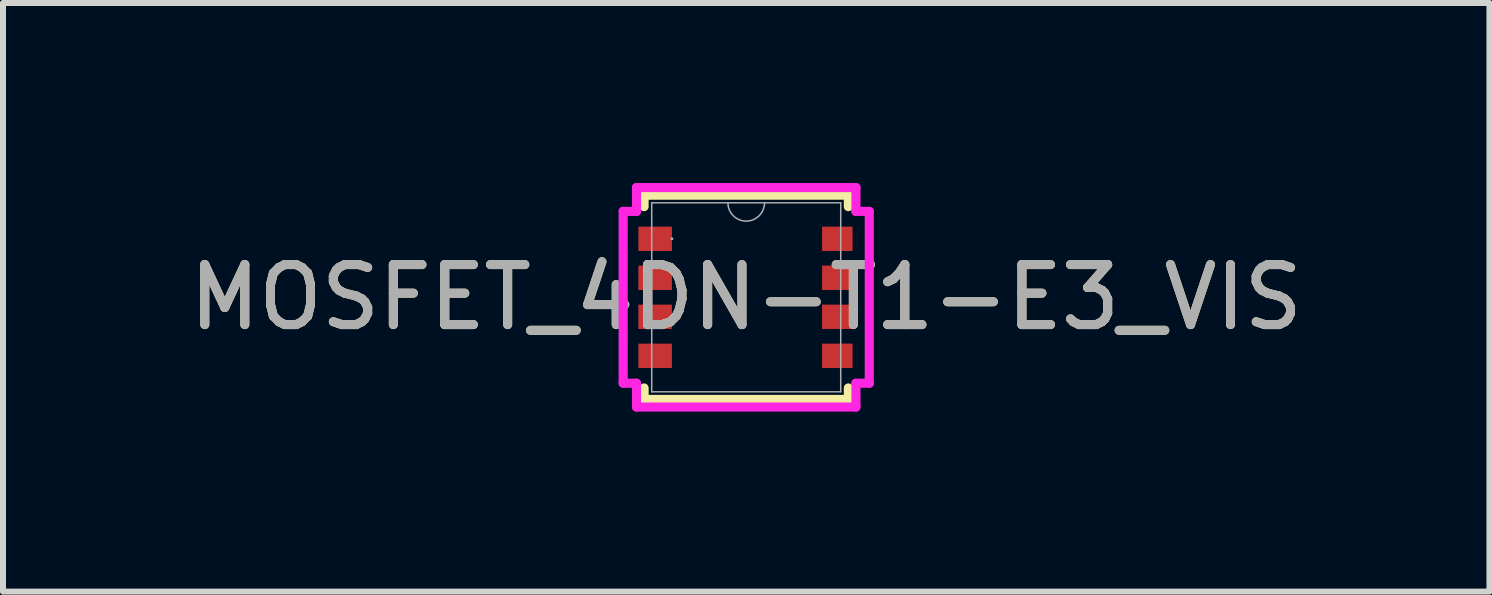
<source format=kicad_pcb>
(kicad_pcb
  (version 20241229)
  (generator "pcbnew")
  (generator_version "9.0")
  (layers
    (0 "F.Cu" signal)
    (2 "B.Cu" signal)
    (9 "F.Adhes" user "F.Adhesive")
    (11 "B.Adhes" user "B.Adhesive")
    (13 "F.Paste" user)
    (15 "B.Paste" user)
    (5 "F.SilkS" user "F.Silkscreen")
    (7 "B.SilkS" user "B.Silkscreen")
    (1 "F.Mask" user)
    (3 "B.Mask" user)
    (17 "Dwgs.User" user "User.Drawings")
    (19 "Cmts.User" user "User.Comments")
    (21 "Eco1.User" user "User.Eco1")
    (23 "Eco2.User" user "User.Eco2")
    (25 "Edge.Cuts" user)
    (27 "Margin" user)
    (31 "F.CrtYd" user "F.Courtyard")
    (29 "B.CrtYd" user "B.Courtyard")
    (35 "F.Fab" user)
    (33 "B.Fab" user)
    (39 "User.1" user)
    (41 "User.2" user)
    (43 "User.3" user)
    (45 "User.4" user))
  (footprint "MOSFET_4DN-T1-E3_VIS"
    (layer "F.Cu")
    (at 9.387 1.905)
    (property "Reference" "MOSFET_4DN-T1-E3_VIS" (at 0 0 0) (unlocked yes) (layer "F.SilkS") (effects (font (size 1 1) (thickness 0.15))))
    (attr smd)
    (fp_poly (pts (xy -0.464 -1.118) (xy 1.263 -1.118) (xy 1.264 -1.178) (xy 1.772 -1.178) (xy 1.772 -0.772) (xy 1.264 -0.772) (xy 1.264 -0.528) (xy 1.772 -0.528) (xy 1.772 -0.122) (xy 1.264 -0.122) (xy 1.264 0.122) (xy 1.772 0.122) (xy 1.772 0.528) (xy 1.264 0.528) (xy 1.264 0.772) (xy 1.772 0.772) (xy 1.772 1.178) (xy 1.264 1.178) (xy 1.263 1.118) (xy -0.464 1.118)) (stroke (width 0) (type solid)) (fill yes) (layer "F.Mask"))
    (fp_line (start -1.702 -1.702) (end -1.702 -1.511) (stroke (width 0.152) (type solid)) (layer "F.SilkS"))
    (fp_line (start -1.702 1.511) (end -1.702 1.702) (stroke (width 0.152) (type solid)) (layer "F.SilkS"))
    (fp_line (start -1.702 1.702) (end 1.702 1.702) (stroke (width 0.152) (type solid)) (layer "F.SilkS"))
    (fp_line (start 1.702 -1.702) (end -1.702 -1.702) (stroke (width 0.152) (type solid)) (layer "F.SilkS"))
    (fp_line (start 1.702 -1.511) (end 1.702 -1.702) (stroke (width 0.152) (type solid)) (layer "F.SilkS"))
    (fp_line (start 1.702 1.702) (end 1.702 1.511) (stroke (width 0.152) (type solid)) (layer "F.SilkS"))
    (fp_poly (pts (xy 1.772 1.178) (xy 1.264 1.178) (xy 1.263 1.118) (xy -0.464 1.118) (xy -0.464 -1.118) (xy 1.263 -1.118) (xy 1.264 -1.178) (xy 1.772 -1.178) (xy 1.772 -0.772) (xy 1.264 -0.772) (xy 1.264 -0.528) (xy 1.772 -0.528) (xy 1.772 -0.122) (xy 1.264 -0.122) (xy 1.264 0.122) (xy 1.772 0.122) (xy 1.772 0.528) (xy 1.264 0.528) (xy 1.264 0.772) (xy 1.772 0.772)) (stroke (width 0) (type solid)) (fill yes) (layer "F.Paste"))
    (fp_line (start -2.051 -1.432) (end -1.829 -1.432) (stroke (width 0.152) (type solid)) (layer "F.CrtYd"))
    (fp_line (start -2.051 1.432) (end -2.051 -1.432) (stroke (width 0.152) (type solid)) (layer "F.CrtYd"))
    (fp_line (start -2.051 1.432) (end -1.829 1.432) (stroke (width 0.152) (type solid)) (layer "F.CrtYd"))
    (fp_line (start -1.829 -1.829) (end 1.829 -1.829) (stroke (width 0.152) (type solid)) (layer "F.CrtYd"))
    (fp_line (start -1.829 -1.432) (end -1.829 -1.829) (stroke (width 0.152) (type solid)) (layer "F.CrtYd"))
    (fp_line (start -1.829 1.829) (end -1.829 1.432) (stroke (width 0.152) (type solid)) (layer "F.CrtYd"))
    (fp_line (start 1.829 -1.829) (end 1.829 -1.432) (stroke (width 0.152) (type solid)) (layer "F.CrtYd"))
    (fp_line (start 1.829 1.432) (end 1.829 1.829) (stroke (width 0.152) (type solid)) (layer "F.CrtYd"))
    (fp_line (start 1.829 1.829) (end -1.829 1.829) (stroke (width 0.152) (type solid)) (layer "F.CrtYd"))
    (fp_line (start 2.051 -1.432) (end 1.829 -1.432) (stroke (width 0.152) (type solid)) (layer "F.CrtYd"))
    (fp_line (start 2.051 -1.432) (end 2.051 1.432) (stroke (width 0.152) (type solid)) (layer "F.CrtYd"))
    (fp_line (start 2.051 1.432) (end 1.829 1.432) (stroke (width 0.152) (type solid)) (layer "F.CrtYd"))
    (fp_line (start -1.575 -1.575) (end -1.575 1.575) (stroke (width 0.025) (type solid)) (layer "F.Fab"))
    (fp_line (start -1.575 1.575) (end 1.575 1.575) (stroke (width 0.025) (type solid)) (layer "F.Fab"))
    (fp_line (start 1.575 -1.575) (end -1.575 -1.575) (stroke (width 0.025) (type solid)) (layer "F.Fab"))
    (fp_line (start 1.575 1.575) (end 1.575 -1.575) (stroke (width 0.025) (type solid)) (layer "F.Fab"))
    (fp_arc (start 0.3048 -1.5748) (mid 0 -1.27) (end -0.3048 -1.5748) (stroke (width 0.0254) (type solid)) (layer "F.Fab"))
    (fp_circle (center -1.238 -0.975) (end -1.238 -0.975) (stroke (width 0.025) (type solid)) (fill no) (layer "F.Fab"))
    (fp_text user "${REFERENCE}" (at 0 0 0) (unlocked yes) (layer "F.Fab") (effects (font (size 1 1) (thickness 0.15))))
    (pad "1" smd rect (at -1.518 -0.975) (size 0.559 0.406) (layers "F.Cu" "F.Mask" "F.Paste"))
    (pad "2" smd rect (at -1.518 -0.325) (size 0.559 0.406) (layers "F.Cu" "F.Mask" "F.Paste"))
    (pad "3" smd rect (at -1.518 0.325) (size 0.559 0.406) (layers "F.Cu" "F.Mask" "F.Paste"))
    (pad "4" smd rect (at -1.518 0.975) (size 0.559 0.406) (layers "F.Cu" "F.Mask" "F.Paste"))
    (pad "5" smd rect (at 1.518 0.975) (size 0.508 0.406) (layers "F.Cu" "F.Mask" "F.Paste"))
    (pad "6" smd rect (at 1.518 0.325) (size 0.508 0.406) (layers "F.Cu" "F.Mask" "F.Paste"))
    (pad "7" smd rect (at 1.518 -0.325) (size 0.508 0.406) (layers "F.Cu" "F.Mask" "F.Paste"))
    (pad "8" smd rect (at 1.518 -0.975) (size 0.508 0.406) (layers "F.Cu" "F.Mask" "F.Paste")))
  (gr_rect
    (start -3 -3)
    (end 21.774 6.81)
    (stroke (width 0.1) (type default))
    (fill no)
    (layer "Edge.Cuts")))
</source>
